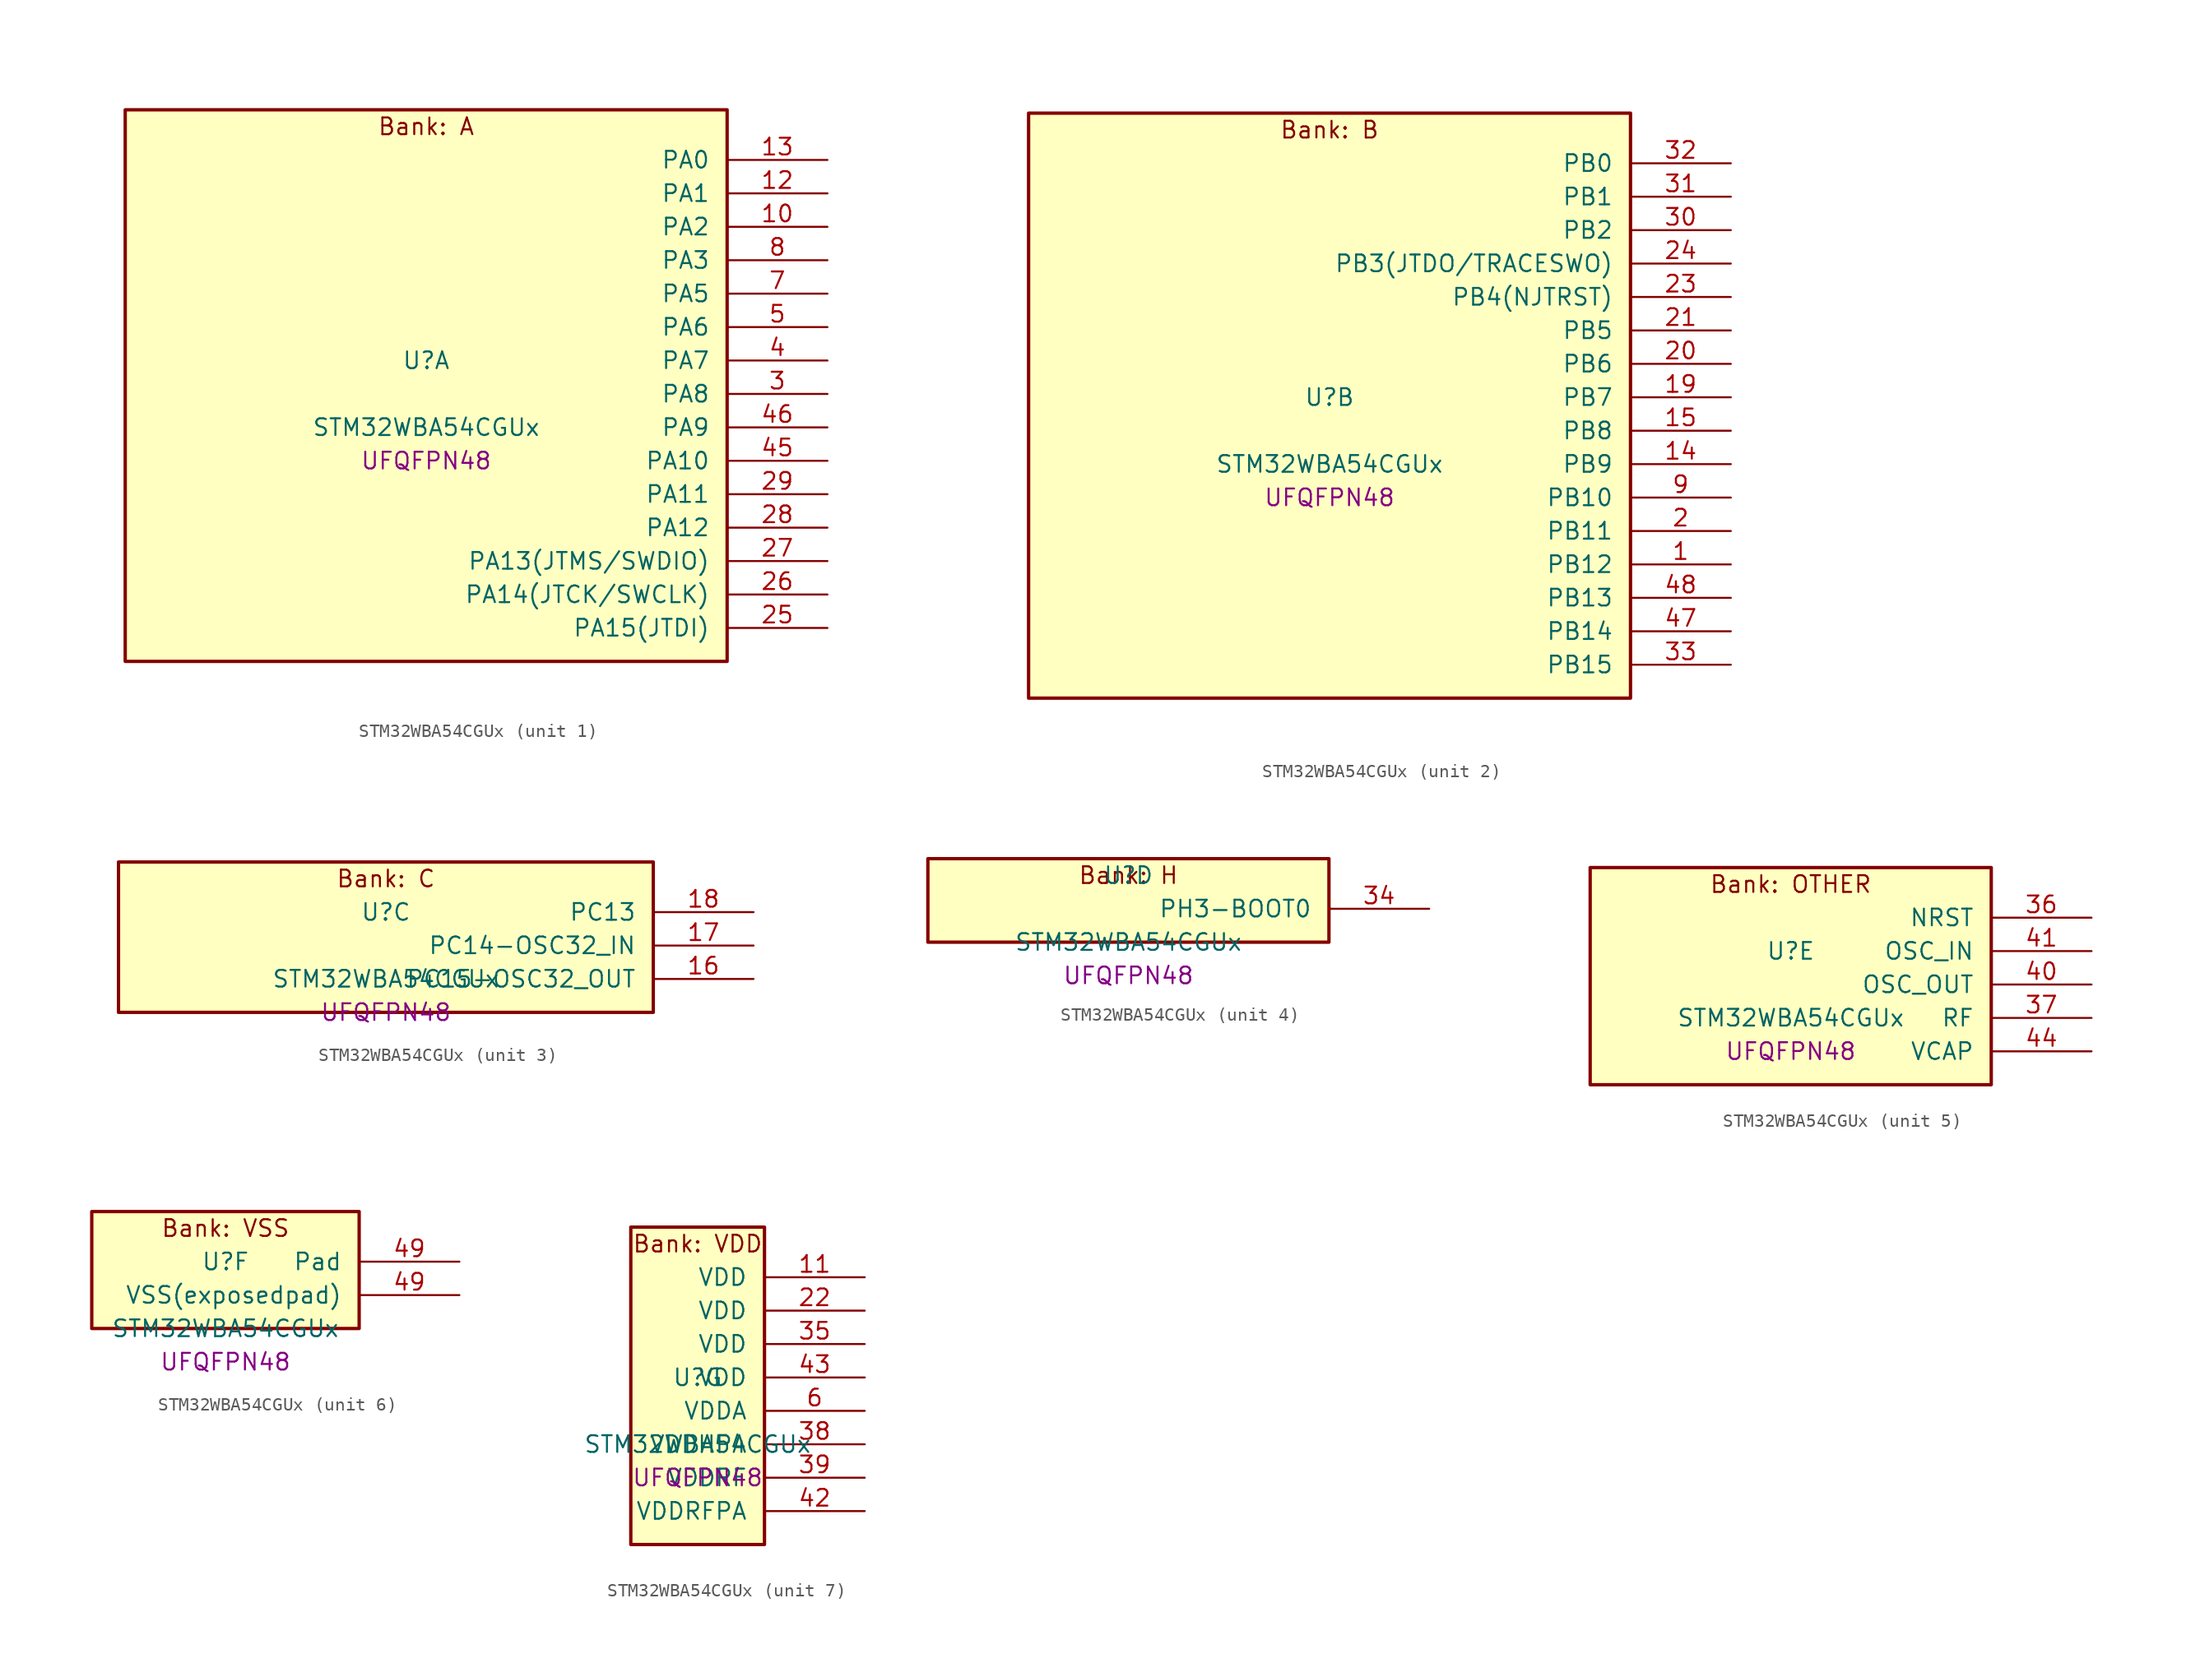
<source format=kicad_sym>
(kicad_symbol_lib
  (version 20241209)
  (generator "stm32_pkl_generator")
  (generator_version "1.0")
  (symbol "STM32WBA54CGUx"
    (pin_names
      (offset 1.27))
    (property "Reference" "U"
      (at 0 2.54 0))
    (property "Value" "STM32WBA54CGUx"
      (at 0 -2.54 0))
    (property "Footprint" "UFQFPN48"
      (at 0 -5.08 0))
    (symbol "STM32WBA54CGUx_1_1"
      (rectangle (start -22.86 21.59) (end 22.86 -20.32) (stroke (width 0.254) (type solid)) (fill (type background)))
      (text "Bank: A" (at 0 20.32 0))
      (pin bidirectional line (at 30.48 17.78 180) (length 7.62) (name "PA0") (number "13") (alternate "PA0/ADC4_IN9" bidirectional line) (alternate "PA0/COMP2_INP" bidirectional line) (alternate "PA0/LPTIM1_IN1" bidirectional line) (alternate "PA0/LPUART1_CTS" bidirectional line) (alternate "PA0/PWR_WKUP1" bidirectional line) (alternate "PA0/SPI3_SCK" bidirectional line) (alternate "PA0/TIM1_CH2N" bidirectional line) (alternate "PA0/TIM3_CH3" bidirectional line) (alternate "PA0/TIM3_ETR" bidirectional line) (alternate "PA0/TSC_G2_IO2" bidirectional line))
      (pin bidirectional line (at 30.48 15.24 180) (length 7.62) (name "PA1") (number "12") (alternate "PA1/ADC4_IN8" bidirectional line) (alternate "PA1/COMP1_INM" bidirectional line) (alternate "PA1/LPTIM2_CH2" bidirectional line) (alternate "PA1/LPUART1_RX" bidirectional line) (alternate "PA1/PWR_WKUP3" bidirectional line) (alternate "PA1/SAI1_CK1" bidirectional line) (alternate "PA1/SPI1_RDY" bidirectional line) (alternate "PA1/TIM17_CH1" bidirectional line) (alternate "PA1/TIM1_CH1N" bidirectional line) (alternate "PA1/TIM3_CH2" bidirectional line) (alternate "PA1/TSC_G2_IO1" bidirectional line) (alternate "PA1/USART1_CK" bidirectional line))
      (pin bidirectional line (at 30.48 12.7 180) (length 7.62) (name "PA2") (number "10") (alternate "PA2/ADC4_IN7" bidirectional line) (alternate "PA2/COMP1_INP" bidirectional line) (alternate "PA2/LPUART1_TX" bidirectional line) (alternate "PA2/PWR_WKUP4" bidirectional line) (alternate "PA2/RCC_LSCO" bidirectional line) (alternate "PA2/SAI1_D1" bidirectional line) (alternate "PA2/TIM16_CH1" bidirectional line) (alternate "PA2/TIM1_BKIN" bidirectional line) (alternate "PA2/TIM3_CH1" bidirectional line) (alternate "PA2/TSC_G4_IO4" bidirectional line) (alternate "PA2/USART1_DE" bidirectional line) (alternate "PA2/USART1_RTS" bidirectional line))
      (pin bidirectional line (at 30.48 10.16 180) (length 7.62) (name "PA3") (number "8") (alternate "PA3/ADC4_IN6" bidirectional line) (alternate "PA3/PWR_WKUP5" bidirectional line) (alternate "PA3/TIM16_CH1N" bidirectional line) (alternate "PA3/TSC_G4_IO2" bidirectional line) (alternate "PA3/USART1_DE" bidirectional line) (alternate "PA3/USART1_RTS" bidirectional line))
      (pin bidirectional line (at 30.48 7.62 180) (length 7.62) (name "PA5") (number "7") (alternate "PA5/ADC4_IN4" bidirectional line) (alternate "PA5/AUDIOCLK" bidirectional line) (alternate "PA5/LPTIM2_ETR" bidirectional line) (alternate "PA5/PWR_CSLEEP" bidirectional line) (alternate "PA5/PWR_WKUP6" bidirectional line) (alternate "PA5/SAI1_D2" bidirectional line) (alternate "PA5/SPI3_NSS" bidirectional line) (alternate "PA5/TIM2_CH1" bidirectional line) (alternate "PA5/TIM2_ETR" bidirectional line) (alternate "PA5/TSC_G1_IO4" bidirectional line) (alternate "PA5/USART1_CK" bidirectional line))
      (pin bidirectional line (at 30.48 5.08 180) (length 7.62) (name "PA6") (number "5") (alternate "PA6/ADC4_IN3" bidirectional line) (alternate "PA6/I2C3_SCL" bidirectional line) (alternate "PA6/PWR_CSTOP" bidirectional line) (alternate "PA6/PWR_WKUP7" bidirectional line) (alternate "PA6/SAI1_CK2" bidirectional line) (alternate "PA6/SAI1_MCLK_A" bidirectional line) (alternate "PA6/SPI3_RDY" bidirectional line) (alternate "PA6/TIM2_CH4" bidirectional line) (alternate "PA6/TSC_G1_IO3" bidirectional line) (alternate "PA6/USART1_DE" bidirectional line) (alternate "PA6/USART1_RTS" bidirectional line))
      (pin bidirectional line (at 30.48 2.54 180) (length 7.62) (name "PA7") (number "4") (alternate "PA7/ADC4_IN2" bidirectional line) (alternate "PA7/COMP1_OUT" bidirectional line) (alternate "PA7/I2C3_SDA" bidirectional line) (alternate "PA7/PWR_WKUP8" bidirectional line) (alternate "PA7/SAI1_SCK_A" bidirectional line) (alternate "PA7/TAMP_IN1" bidirectional line) (alternate "PA7/TAMP_OUT2" bidirectional line) (alternate "PA7/TIM2_CH3" bidirectional line) (alternate "PA7/TSC_G1_IO2" bidirectional line) (alternate "PA7/USART1_CTS" bidirectional line))
      (pin bidirectional line (at 30.48 0 180) (length 7.62) (name "PA8") (number "3") (alternate "PA8/ADC4_IN1" bidirectional line) (alternate "PA8/LPTIM1_CH2" bidirectional line) (alternate "PA8/RCC_MCO" bidirectional line) (alternate "PA8/SAI1_FS_A" bidirectional line) (alternate "PA8/SPI3_RDY" bidirectional line) (alternate "PA8/TIM2_CH2" bidirectional line) (alternate "PA8/TSC_G1_IO1" bidirectional line) (alternate "PA8/USART1_RX" bidirectional line))
      (pin bidirectional line (at 30.48 -2.54 180) (length 7.62) (name "PA9") (number "46") (alternate "PA9/LPUART1_DE" bidirectional line) (alternate "PA9/LPUART1_RTS" bidirectional line) (alternate "PA9/SAI1_CK1" bidirectional line) (alternate "PA9/TIM3_CH2" bidirectional line))
      (pin bidirectional line (at 30.48 -5.08 180) (length 7.62) (name "PA10") (number "45") (alternate "PA10/LPUART1_RX" bidirectional line) (alternate "PA10/SAI1_D1" bidirectional line) (alternate "PA10/TIM3_CH1" bidirectional line))
      (pin bidirectional line (at 30.48 -7.62 180) (length 7.62) (name "PA11") (number "29") (alternate "PA11/LPTIM2_CH1" bidirectional line) (alternate "PA11/RF_ANTSW1" bidirectional line) (alternate "PA11/TIM1_CH1" bidirectional line) (alternate "PA11/USART2_RX" bidirectional line))
      (pin bidirectional line (at 30.48 -10.16 180) (length 7.62) (name "PA12") (number "28") (alternate "PA12/COMP2_OUT" bidirectional line) (alternate "PA12/PTA_STATUS" bidirectional line) (alternate "PA12/PWR_WKUP6" bidirectional line) (alternate "PA12/RF_ANTSW0" bidirectional line) (alternate "PA12/SPI1_NSS" bidirectional line) (alternate "PA12/TIM1_CH2" bidirectional line) (alternate "PA12/TSC_G3_IO4" bidirectional line) (alternate "PA12/USART2_TX" bidirectional line))
      (pin bidirectional line (at 30.48 -12.7 180) (length 7.62) (name "PA13(JTMS/SWDIO)") (number "27") (alternate "PA13(JTMS/SWDIO)/DEBUG_JTMS-SWDIO" bidirectional line) (alternate "PA13(JTMS/SWDIO)/IR_OUT" bidirectional line) (alternate "PA13(JTMS/SWDIO)/PTA_PRIORITY" bidirectional line))
      (pin bidirectional line (at 30.48 -15.24 180) (length 7.62) (name "PA14(JTCK/SWCLK)") (number "26") (alternate "PA14(JTCK/SWCLK)/COMP2_OUT" bidirectional line) (alternate "PA14(JTCK/SWCLK)/DEBUG_JTCK-SWCLK" bidirectional line) (alternate "PA14(JTCK/SWCLK)/PTA_STATUS" bidirectional line) (alternate "PA14(JTCK/SWCLK)/TAMP_IN3" bidirectional line) (alternate "PA14(JTCK/SWCLK)/TAMP_OUT6" bidirectional line) (alternate "PA14(JTCK/SWCLK)/USART2_TX" bidirectional line))
      (pin bidirectional line (at 30.48 -17.78 180) (length 7.62) (name "PA15(JTDI)") (number "25") (alternate "PA15(JTDI)/ADC4_EXTI15" bidirectional line) (alternate "PA15(JTDI)/DEBUG_JTDI" bidirectional line) (alternate "PA15(JTDI)/I2C1_SCL" bidirectional line) (alternate "PA15(JTDI)/LPTIM1_CH2" bidirectional line) (alternate "PA15(JTDI)/PTA_STATUS" bidirectional line) (alternate "PA15(JTDI)/SPI1_MOSI" bidirectional line) (alternate "PA15(JTDI)/TIM17_BKIN" bidirectional line) (alternate "PA15(JTDI)/TIM1_ETR" bidirectional line) (alternate "PA15(JTDI)/TSC_G3_IO3" bidirectional line) (alternate "PA15(JTDI)/USART2_DE" bidirectional line) (alternate "PA15(JTDI)/USART2_RTS" bidirectional line)))
    (symbol "STM32WBA54CGUx_2_1"
      (rectangle (start -22.86 24.13) (end 22.86 -20.32) (stroke (width 0.254) (type solid)) (fill (type background)))
      (text "Bank: B" (at 0 22.86 0))
      (pin bidirectional line (at 30.48 20.32 180) (length 7.62) (name "PB0") (number "32") (alternate "PB0/LPTIM2_IN2" bidirectional line) (alternate "PB0/TIM1_CH3N" bidirectional line) (alternate "PB0/USART2_TX" bidirectional line))
      (pin bidirectional line (at 30.48 17.78 180) (length 7.62) (name "PB1") (number "31") (alternate "PB1/I2C1_SDA" bidirectional line) (alternate "PB1/I2C3_SDA" bidirectional line) (alternate "PB1/PWR_WKUP4" bidirectional line) (alternate "PB1/TIM1_CH2N" bidirectional line) (alternate "PB1/USART2_DE" bidirectional line) (alternate "PB1/USART2_RTS" bidirectional line))
      (pin bidirectional line (at 30.48 15.24 180) (length 7.62) (name "PB2") (number "30") (alternate "PB2/I2C1_SCL" bidirectional line) (alternate "PB2/I2C3_SCL" bidirectional line) (alternate "PB2/PWR_WKUP1" bidirectional line) (alternate "PB2/RF_ANTSW2" bidirectional line) (alternate "PB2/RTC_OUT2" bidirectional line) (alternate "PB2/TIM1_CH1N" bidirectional line) (alternate "PB2/USART2_CTS" bidirectional line))
      (pin bidirectional line (at 30.48 12.7 180) (length 7.62) (name "PB3(JTDO/TRACESWO)") (number "24") (alternate "PB3(JTDO/TRACESWO)/DEBUG_JTDO-SWO" bidirectional line) (alternate "PB3(JTDO/TRACESWO)/I2C1_SDA" bidirectional line) (alternate "PB3(JTDO/TRACESWO)/LPTIM1_IN2" bidirectional line) (alternate "PB3(JTDO/TRACESWO)/PTA_ACTIVE" bidirectional line) (alternate "PB3(JTDO/TRACESWO)/SPI1_MISO" bidirectional line) (alternate "PB3(JTDO/TRACESWO)/TIM17_CH1N" bidirectional line) (alternate "PB3(JTDO/TRACESWO)/TIM1_CH4" bidirectional line) (alternate "PB3(JTDO/TRACESWO)/TSC_G3_IO2" bidirectional line) (alternate "PB3(JTDO/TRACESWO)/USART2_CK" bidirectional line))
      (pin bidirectional line (at 30.48 10.16 180) (length 7.62) (name "PB4(NJTRST)") (number "23") (alternate "PB4(NJTRST)/DEBUG_JTRST" bidirectional line) (alternate "PB4(NJTRST)/LPTIM2_IN2" bidirectional line) (alternate "PB4(NJTRST)/PTA_ACTIVE" bidirectional line) (alternate "PB4(NJTRST)/PTA_PRIORITY" bidirectional line) (alternate "PB4(NJTRST)/SAI1_MCLK_B" bidirectional line) (alternate "PB4(NJTRST)/SPI1_SCK" bidirectional line) (alternate "PB4(NJTRST)/TIM17_CH1" bidirectional line) (alternate "PB4(NJTRST)/TIM1_CH3" bidirectional line) (alternate "PB4(NJTRST)/TSC_G3_IO1" bidirectional line) (alternate "PB4(NJTRST)/USART2_RX" bidirectional line))
      (pin bidirectional line (at 30.48 7.62 180) (length 7.62) (name "PB5") (number "21") (alternate "PB5/LPUART1_TX" bidirectional line) (alternate "PB5/SAI1_D2" bidirectional line) (alternate "PB5/SAI1_FS_B" bidirectional line) (alternate "PB5/TIM3_CH1" bidirectional line) (alternate "PB5/TSC_G5_IO4" bidirectional line))
      (pin bidirectional line (at 30.48 5.08 180) (length 7.62) (name "PB6") (number "20") (alternate "PB6/PWR_WKUP3" bidirectional line) (alternate "PB6/SAI1_SCK_B" bidirectional line) (alternate "PB6/TIM2_CH1" bidirectional line) (alternate "PB6/TIM2_ETR" bidirectional line) (alternate "PB6/TSC_G5_IO3" bidirectional line))
      (pin bidirectional line (at 30.48 2.54 180) (length 7.62) (name "PB7") (number "19") (alternate "PB7/PWR_WKUP5" bidirectional line) (alternate "PB7/SAI1_SD_B" bidirectional line) (alternate "PB7/TAMP_IN5" bidirectional line) (alternate "PB7/TAMP_OUT4" bidirectional line) (alternate "PB7/TIM1_CH4N" bidirectional line) (alternate "PB7/TSC_G5_IO2" bidirectional line))
      (pin bidirectional line (at 30.48 0 180) (length 7.62) (name "PB8") (number "15") (alternate "PB8/COMP1_OUT" bidirectional line) (alternate "PB8/LPTIM1_ETR" bidirectional line) (alternate "PB8/PWR_PVD_IN" bidirectional line) (alternate "PB8/SPI3_MOSI" bidirectional line) (alternate "PB8/TIM16_CH1N" bidirectional line) (alternate "PB8/TIM1_CH1" bidirectional line) (alternate "PB8/TIM3_ETR" bidirectional line) (alternate "PB8/TSC_G2_IO4" bidirectional line) (alternate "PB8/USART2_RX" bidirectional line))
      (pin bidirectional line (at 30.48 -2.54 180) (length 7.62) (name "PB9") (number "14") (alternate "PB9/ADC4_IN10" bidirectional line) (alternate "PB9/COMP2_INM" bidirectional line) (alternate "PB9/IR_OUT" bidirectional line) (alternate "PB9/LPTIM2_IN1" bidirectional line) (alternate "PB9/LPUART1_DE" bidirectional line) (alternate "PB9/LPUART1_RTS" bidirectional line) (alternate "PB9/PWR_WKUP8" bidirectional line) (alternate "PB9/SPI3_MISO" bidirectional line) (alternate "PB9/TIM16_CH1" bidirectional line) (alternate "PB9/TIM1_CH3N" bidirectional line) (alternate "PB9/TIM3_CH4" bidirectional line) (alternate "PB9/TSC_G2_IO3" bidirectional line))
      (pin bidirectional line (at 30.48 -5.08 180) (length 7.62) (name "PB10") (number "9") (alternate "PB10/TIM16_BKIN" bidirectional line) (alternate "PB10/TSC_G4_IO3" bidirectional line) (alternate "PB10/USART1_CK" bidirectional line))
      (pin bidirectional line (at 30.48 -7.62 180) (length 7.62) (name "PB11") (number "2") (alternate "PB11/LPTIM1_CH1" bidirectional line) (alternate "PB11/LPTIM1_ETR" bidirectional line) (alternate "PB11/LPUART1_TX" bidirectional line))
      (pin bidirectional line (at 30.48 -10.16 180) (length 7.62) (name "PB12") (number "1") (alternate "PB12/SAI1_SD_A" bidirectional line) (alternate "PB12/SPI1_RDY" bidirectional line) (alternate "PB12/TIM2_CH1" bidirectional line) (alternate "PB12/TIM2_ETR" bidirectional line) (alternate "PB12/TIM3_ETR" bidirectional line) (alternate "PB12/TSC_SYNC" bidirectional line) (alternate "PB12/USART1_TX" bidirectional line))
      (pin bidirectional line (at 30.48 -12.7 180) (length 7.62) (name "PB13") (number "48") (alternate "PB13/TIM3_CH4" bidirectional line) (alternate "PB13/TSC_G6_IO2" bidirectional line))
      (pin bidirectional line (at 30.48 -15.24 180) (length 7.62) (name "PB14") (number "47") (alternate "PB14/PWR_WKUP7" bidirectional line) (alternate "PB14/RTC_REFIN" bidirectional line) (alternate "PB14/SAI1_SD_A" bidirectional line) (alternate "PB14/TIM3_CH3" bidirectional line) (alternate "PB14/TSC_G6_IO1" bidirectional line) (alternate "PB14/USART1_TX" bidirectional line))
      (pin bidirectional line (at 30.48 -17.78 180) (length 7.62) (name "PB15") (number "33") (alternate "PB15/ADC4_EXTI15" bidirectional line) (alternate "PB15/I2C1_SMBA" bidirectional line) (alternate "PB15/I2C3_SMBA" bidirectional line) (alternate "PB15/LPUART1_CTS" bidirectional line) (alternate "PB15/PTA_GRANT" bidirectional line) (alternate "PB15/RF_EXTPABYP" bidirectional line) (alternate "PB15/TIM16_BKIN" bidirectional line) (alternate "PB15/TIM1_BKIN2" bidirectional line) (alternate "PB15/USART2_CTS" bidirectional line)))
    (symbol "STM32WBA54CGUx_3_1"
      (rectangle (start -20.32 6.35) (end 20.32 -5.08) (stroke (width 0.254) (type solid)) (fill (type background)))
      (text "Bank: C" (at 0 5.08 0))
      (pin bidirectional line (at 27.94 2.54 180) (length 7.62) (name "PC13") (number "18") (alternate "PC13/PWR_WKUP2" bidirectional line) (alternate "PC13/RTC_OUT1" bidirectional line) (alternate "PC13/RTC_TS" bidirectional line) (alternate "PC13/TAMP_IN4" bidirectional line) (alternate "PC13/TAMP_OUT5" bidirectional line) (alternate "PC13/TIM1_BKIN2" bidirectional line) (alternate "PC13/TSC_G5_IO1" bidirectional line))
      (pin bidirectional line (at 27.94 0 180) (length 7.62) (name "PC14-OSC32_IN") (number "17") (alternate "PC14-OSC32_IN/RCC_OSC32_IN" bidirectional line))
      (pin bidirectional line (at 27.94 -2.54 180) (length 7.62) (name "PC15-OSC32_OUT") (number "16") (alternate "PC15-OSC32_OUT/ADC4_EXTI15" bidirectional line) (alternate "PC15-OSC32_OUT/RCC_OSC32_OUT" bidirectional line)))
    (symbol "STM32WBA54CGUx_4_1"
      (rectangle (start -15.24 3.81) (end 15.24 -2.54) (stroke (width 0.254) (type solid)) (fill (type background)))
      (text "Bank: H" (at 0 2.54 0))
      (pin bidirectional line (at 22.86 0 180) (length 7.62) (name "PH3-BOOT0") (number "34") (alternate "PH3-BOOT0/PTA_GRANT" bidirectional line) (alternate "PH3-BOOT0/RF_EXTPABYP" bidirectional line) (alternate "PH3-BOOT0/TAMP_IN2" bidirectional line) (alternate "PH3-BOOT0/TAMP_OUT1" bidirectional line)))
    (symbol "STM32WBA54CGUx_5_1"
      (rectangle (start -15.24 8.89) (end 15.24 -7.62) (stroke (width 0.254) (type solid)) (fill (type background)))
      (text "Bank: OTHER" (at 0 7.62 0))
      (pin input line (at 22.86 5.08 180) (length 7.62) (name "NRST") (number "36"))
      (pin bidirectional line (at 22.86 2.54 180) (length 7.62) (name "OSC_IN") (number "41") (alternate "OSC_IN/RCC_OSC_IN" bidirectional line))
      (pin bidirectional line (at 22.86 0 180) (length 7.62) (name "OSC_OUT") (number "40") (alternate "OSC_OUT/RCC_OSC_OUT" bidirectional line))
      (pin bidirectional line (at 22.86 -2.54 180) (length 7.62) (name "RF") (number "37"))
      (pin power_in line (at 22.86 -5.08 180) (length 7.62) (name "VCAP") (number "44")))
    (symbol "STM32WBA54CGUx_6_1"
      (rectangle (start -10.16 6.35) (end 10.16 -2.54) (stroke (width 0.254) (type solid)) (fill (type background)))
      (text "Bank: VSS" (at 0 5.08 0))
      (pin passive line (at 17.78 2.54 180) (length 7.62) (name "Pad") (number "49"))
      (pin power_in line (at 17.78 0 180) (length 7.62) (name "VSS(exposedpad)") (number "49")))
    (symbol "STM32WBA54CGUx_7_1"
      (rectangle (start -5.08 13.97) (end 5.08 -10.16) (stroke (width 0.254) (type solid)) (fill (type background)))
      (text "Bank: VDD" (at 0 12.7 0))
      (pin power_in line (at 12.7 10.16 180) (length 7.62) (name "VDD") (number "11"))
      (pin power_in line (at 12.7 7.62 180) (length 7.62) (name "VDD") (number "22"))
      (pin power_in line (at 12.7 5.08 180) (length 7.62) (name "VDD") (number "35"))
      (pin power_in line (at 12.7 2.54 180) (length 7.62) (name "VDD") (number "43"))
      (pin power_in line (at 12.7 0 180) (length 7.62) (name "VDDA") (number "6"))
      (pin power_in line (at 12.7 -2.54 180) (length 7.62) (name "VDDHPA") (number "38"))
      (pin power_in line (at 12.7 -5.08 180) (length 7.62) (name "VDDRF") (number "39"))
      (pin power_in line (at 12.7 -7.62 180) (length 7.62) (name "VDDRFPA") (number "42")))))
</source>
